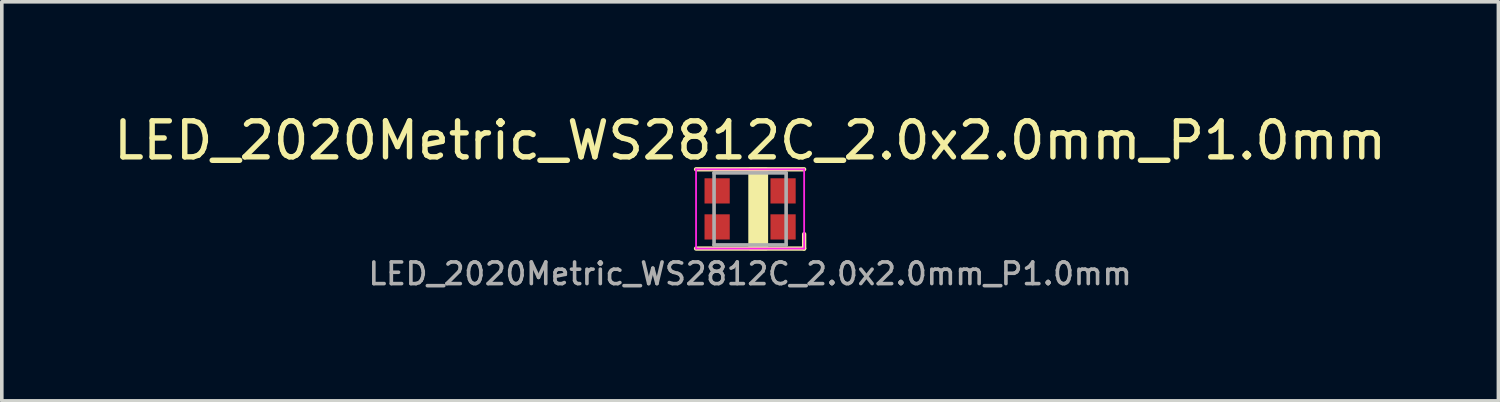
<source format=kicad_pcb>
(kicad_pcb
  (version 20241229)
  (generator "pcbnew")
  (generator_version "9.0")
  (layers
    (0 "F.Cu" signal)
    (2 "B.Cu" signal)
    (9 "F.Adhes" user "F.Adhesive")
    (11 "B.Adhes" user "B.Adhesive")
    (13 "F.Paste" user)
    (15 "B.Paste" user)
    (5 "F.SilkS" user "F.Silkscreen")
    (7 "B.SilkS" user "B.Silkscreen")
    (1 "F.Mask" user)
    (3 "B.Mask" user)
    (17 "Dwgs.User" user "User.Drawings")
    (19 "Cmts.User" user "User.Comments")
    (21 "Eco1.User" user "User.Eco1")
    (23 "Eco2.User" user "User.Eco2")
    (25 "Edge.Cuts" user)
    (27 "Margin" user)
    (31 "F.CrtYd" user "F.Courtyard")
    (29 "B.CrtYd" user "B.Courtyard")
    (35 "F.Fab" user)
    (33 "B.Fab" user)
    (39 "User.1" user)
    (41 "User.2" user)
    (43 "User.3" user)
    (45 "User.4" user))
  (footprint "LED_2020Metric_WS2812C_2.0x2.0mm_P1.0mm"
    (layer "F.Cu")
    (at 17.768 2.748)
    (property "Reference" "LED_2020Metric_WS2812C_2.0x2.0mm_P1.0mm" (at 0 -1.9 0) (layer "F.SilkS") (effects (font (size 1 1) (thickness 0.15))))
    (attr smd)
    (fp_line (start -1.5 -1.1) (end 1.5 -1.1) (stroke (width 0.12) (type solid)) (layer "F.SilkS"))
    (fp_line (start -1.5 1.1) (end 1.5 1.1) (stroke (width 0.12) (type solid)) (layer "F.SilkS"))
    (fp_line (start 1.5 1.1) (end 1.5 0.7) (stroke (width 0.12) (type solid)) (layer "F.SilkS"))
    (fp_poly (pts (xy 0 -1.1) (xy 0 1.1) (xy 0.45 1.1) (xy 0.45 -1.1)) (stroke (width 0.1) (type solid)) (fill yes) (layer "F.SilkS"))
    (fp_line (start -1.5 -1.1) (end -1.5 1.1) (stroke (width 0.05) (type solid)) (layer "F.CrtYd"))
    (fp_line (start -1.5 1.1) (end 1.5 1.1) (stroke (width 0.05) (type solid)) (layer "F.CrtYd"))
    (fp_line (start 1.5 -1.1) (end -1.5 -1.1) (stroke (width 0.05) (type solid)) (layer "F.CrtYd"))
    (fp_line (start 1.5 1.1) (end 1.5 -1.1) (stroke (width 0.05) (type solid)) (layer "F.CrtYd"))
    (fp_line (start -1 -1) (end -1 1) (stroke (width 0.1) (type solid)) (layer "F.Fab"))
    (fp_line (start -1 1) (end 1 1) (stroke (width 0.1) (type solid)) (layer "F.Fab"))
    (fp_line (start 1 -1) (end -1 -1) (stroke (width 0.1) (type solid)) (layer "F.Fab"))
    (fp_line (start 1 1) (end 1 -1) (stroke (width 0.1) (type solid)) (layer "F.Fab"))
    (fp_text user "${REFERENCE}" (at 0 1.8 0) (layer "F.Fab") (effects (font (size 0.6 0.6) (thickness 0.1))))
    (pad "1" smd rect (at 0.915 0.5) (size 0.7 0.7) (layers "F.Cu" "F.Mask" "F.Paste"))
    (pad "2" smd rect (at 0.915 -0.5) (size 0.7 0.7) (layers "F.Cu" "F.Mask" "F.Paste"))
    (pad "3" smd rect (at -0.915 -0.5) (size 0.7 0.7) (layers "F.Cu" "F.Mask" "F.Paste"))
    (pad "4" smd rect (at -0.915 0.5) (size 0.7 0.7) (layers "F.Cu" "F.Mask" "F.Paste")))
  (gr_rect
    (start -3 -3)
    (end 38.536 8.075)
    (stroke (width 0.1) (type default))
    (fill no)
    (layer "Edge.Cuts")))
</source>
